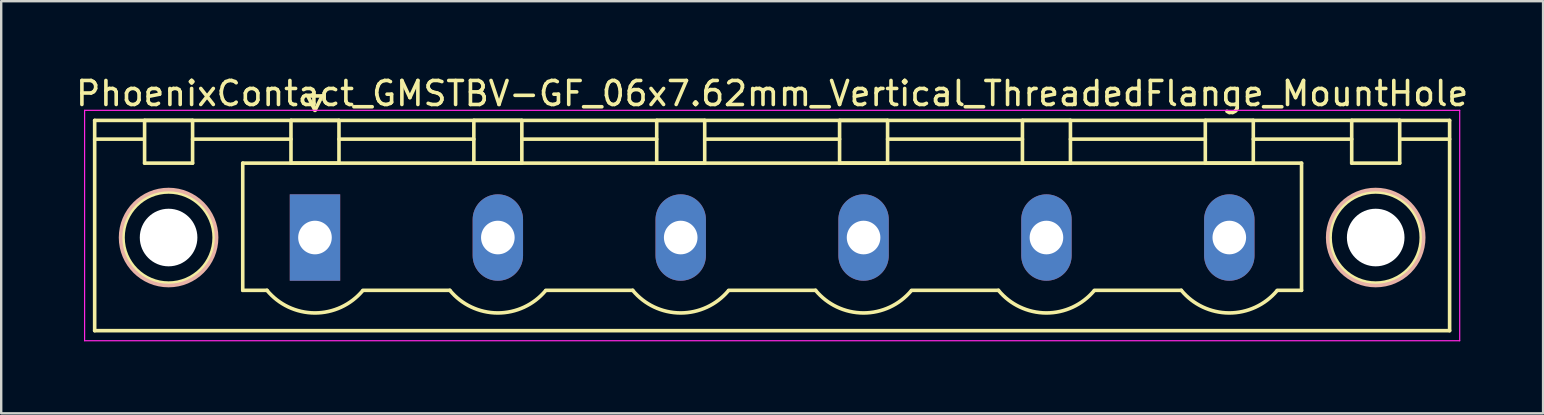
<source format=kicad_pcb>
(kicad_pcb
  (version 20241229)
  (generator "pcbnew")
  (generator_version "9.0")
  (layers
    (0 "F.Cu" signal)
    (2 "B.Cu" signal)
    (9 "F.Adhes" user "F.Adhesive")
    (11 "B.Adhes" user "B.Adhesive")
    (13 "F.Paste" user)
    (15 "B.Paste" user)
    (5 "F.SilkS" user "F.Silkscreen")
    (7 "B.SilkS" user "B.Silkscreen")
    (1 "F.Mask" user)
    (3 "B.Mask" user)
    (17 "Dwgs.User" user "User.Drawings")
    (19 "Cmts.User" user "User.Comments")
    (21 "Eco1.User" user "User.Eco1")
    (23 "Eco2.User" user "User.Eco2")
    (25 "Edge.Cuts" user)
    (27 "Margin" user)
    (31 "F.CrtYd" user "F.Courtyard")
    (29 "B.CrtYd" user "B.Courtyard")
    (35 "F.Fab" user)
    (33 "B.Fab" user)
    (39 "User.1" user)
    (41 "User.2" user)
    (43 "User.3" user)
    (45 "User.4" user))
  (footprint "PhoenixContact_GMSTBV-GF_06x7.62mm_Vertical_ThreadedFlange_MountHole"
    (layer "F.Cu")
    (at 10.075 6.848)
    (property "Reference" "PhoenixContact_GMSTBV-GF_06x7.62mm_Vertical_ThreadedFlange_MountHole" (at 19.05 -6 0) (layer "F.SilkS") (effects (font (size 1 1) (thickness 0.15))))
    (attr through_hole)
    (fp_line (start -9.18 -4.88) (end -9.18 3.88) (stroke (width 0.15) (type solid)) (layer "F.SilkS"))
    (fp_line (start -9.18 -4.1) (end -7.18 -4.1) (stroke (width 0.15) (type solid)) (layer "F.SilkS"))
    (fp_line (start -9.18 3.88) (end 47.28 3.88) (stroke (width 0.15) (type solid)) (layer "F.SilkS"))
    (fp_line (start -7.1 -4.88) (end -5.1 -4.88) (stroke (width 0.15) (type solid)) (layer "F.SilkS"))
    (fp_line (start -7.1 -3.1) (end -7.1 -4.88) (stroke (width 0.15) (type solid)) (layer "F.SilkS"))
    (fp_line (start -5.1 -4.88) (end -5.1 -3.1) (stroke (width 0.15) (type solid)) (layer "F.SilkS"))
    (fp_line (start -5.1 -4.1) (end -1 -4.1) (stroke (width 0.15) (type solid)) (layer "F.SilkS"))
    (fp_line (start -5.1 -3.1) (end -7.1 -3.1) (stroke (width 0.15) (type solid)) (layer "F.SilkS"))
    (fp_line (start -3.01 -3.1) (end 41.11 -3.1) (stroke (width 0.15) (type solid)) (layer "F.SilkS"))
    (fp_line (start -3.01 2.2) (end -3.01 -3.1) (stroke (width 0.15) (type solid)) (layer "F.SilkS"))
    (fp_line (start -2 2.2) (end -3.01 2.2) (stroke (width 0.15) (type solid)) (layer "F.SilkS"))
    (fp_line (start -1 -4.88) (end 1 -4.88) (stroke (width 0.15) (type solid)) (layer "F.SilkS"))
    (fp_line (start -1 -3.1) (end -1 -4.88) (stroke (width 0.15) (type solid)) (layer "F.SilkS"))
    (fp_line (start -0.3 -5.9) (end 0 -5.3) (stroke (width 0.15) (type solid)) (layer "F.SilkS"))
    (fp_line (start 0 -5.3) (end 0.3 -5.9) (stroke (width 0.15) (type solid)) (layer "F.SilkS"))
    (fp_line (start 0.3 -5.9) (end -0.3 -5.9) (stroke (width 0.15) (type solid)) (layer "F.SilkS"))
    (fp_line (start 1 -4.88) (end 1 -3.1) (stroke (width 0.15) (type solid)) (layer "F.SilkS"))
    (fp_line (start 1 -4.1) (end 6.62 -4.1) (stroke (width 0.15) (type solid)) (layer "F.SilkS"))
    (fp_line (start 1 -3.1) (end -1 -3.1) (stroke (width 0.15) (type solid)) (layer "F.SilkS"))
    (fp_line (start 2 2.2) (end 5.62 2.2) (stroke (width 0.15) (type solid)) (layer "F.SilkS"))
    (fp_line (start 6.62 -4.88) (end 8.62 -4.88) (stroke (width 0.15) (type solid)) (layer "F.SilkS"))
    (fp_line (start 6.62 -3.1) (end 6.62 -4.88) (stroke (width 0.15) (type solid)) (layer "F.SilkS"))
    (fp_line (start 8.62 -4.88) (end 8.62 -3.1) (stroke (width 0.15) (type solid)) (layer "F.SilkS"))
    (fp_line (start 8.62 -4.1) (end 14.24 -4.1) (stroke (width 0.15) (type solid)) (layer "F.SilkS"))
    (fp_line (start 8.62 -3.1) (end 6.62 -3.1) (stroke (width 0.15) (type solid)) (layer "F.SilkS"))
    (fp_line (start 9.62 2.2) (end 13.24 2.2) (stroke (width 0.15) (type solid)) (layer "F.SilkS"))
    (fp_line (start 14.24 -4.88) (end 16.24 -4.88) (stroke (width 0.15) (type solid)) (layer "F.SilkS"))
    (fp_line (start 14.24 -3.1) (end 14.24 -4.88) (stroke (width 0.15) (type solid)) (layer "F.SilkS"))
    (fp_line (start 16.24 -4.88) (end 16.24 -3.1) (stroke (width 0.15) (type solid)) (layer "F.SilkS"))
    (fp_line (start 16.24 -4.1) (end 21.86 -4.1) (stroke (width 0.15) (type solid)) (layer "F.SilkS"))
    (fp_line (start 16.24 -3.1) (end 14.24 -3.1) (stroke (width 0.15) (type solid)) (layer "F.SilkS"))
    (fp_line (start 17.24 2.2) (end 20.86 2.2) (stroke (width 0.15) (type solid)) (layer "F.SilkS"))
    (fp_line (start 21.86 -4.88) (end 23.86 -4.88) (stroke (width 0.15) (type solid)) (layer "F.SilkS"))
    (fp_line (start 21.86 -3.1) (end 21.86 -4.88) (stroke (width 0.15) (type solid)) (layer "F.SilkS"))
    (fp_line (start 23.86 -4.88) (end 23.86 -3.1) (stroke (width 0.15) (type solid)) (layer "F.SilkS"))
    (fp_line (start 23.86 -4.1) (end 29.48 -4.1) (stroke (width 0.15) (type solid)) (layer "F.SilkS"))
    (fp_line (start 23.86 -3.1) (end 21.86 -3.1) (stroke (width 0.15) (type solid)) (layer "F.SilkS"))
    (fp_line (start 24.86 2.2) (end 28.48 2.2) (stroke (width 0.15) (type solid)) (layer "F.SilkS"))
    (fp_line (start 29.48 -4.88) (end 31.48 -4.88) (stroke (width 0.15) (type solid)) (layer "F.SilkS"))
    (fp_line (start 29.48 -3.1) (end 29.48 -4.88) (stroke (width 0.15) (type solid)) (layer "F.SilkS"))
    (fp_line (start 31.48 -4.88) (end 31.48 -3.1) (stroke (width 0.15) (type solid)) (layer "F.SilkS"))
    (fp_line (start 31.48 -4.1) (end 37.1 -4.1) (stroke (width 0.15) (type solid)) (layer "F.SilkS"))
    (fp_line (start 31.48 -3.1) (end 29.48 -3.1) (stroke (width 0.15) (type solid)) (layer "F.SilkS"))
    (fp_line (start 32.48 2.2) (end 36.1 2.2) (stroke (width 0.15) (type solid)) (layer "F.SilkS"))
    (fp_line (start 37.1 -4.88) (end 39.1 -4.88) (stroke (width 0.15) (type solid)) (layer "F.SilkS"))
    (fp_line (start 37.1 -3.1) (end 37.1 -4.88) (stroke (width 0.15) (type solid)) (layer "F.SilkS"))
    (fp_line (start 39.1 -4.88) (end 39.1 -3.1) (stroke (width 0.15) (type solid)) (layer "F.SilkS"))
    (fp_line (start 39.1 -4.1) (end 43.2 -4.1) (stroke (width 0.15) (type solid)) (layer "F.SilkS"))
    (fp_line (start 39.1 -3.1) (end 37.1 -3.1) (stroke (width 0.15) (type solid)) (layer "F.SilkS"))
    (fp_line (start 41.11 -3.1) (end 41.11 2.2) (stroke (width 0.15) (type solid)) (layer "F.SilkS"))
    (fp_line (start 41.11 2.2) (end 40.1 2.2) (stroke (width 0.15) (type solid)) (layer "F.SilkS"))
    (fp_line (start 43.2 -4.88) (end 45.2 -4.88) (stroke (width 0.15) (type solid)) (layer "F.SilkS"))
    (fp_line (start 43.2 -3.1) (end 43.2 -4.88) (stroke (width 0.15) (type solid)) (layer "F.SilkS"))
    (fp_line (start 45.2 -4.88) (end 45.2 -3.1) (stroke (width 0.15) (type solid)) (layer "F.SilkS"))
    (fp_line (start 45.2 -3.1) (end 43.2 -3.1) (stroke (width 0.15) (type solid)) (layer "F.SilkS"))
    (fp_line (start 47.28 -4.88) (end -9.18 -4.88) (stroke (width 0.15) (type solid)) (layer "F.SilkS"))
    (fp_line (start 47.28 -4.1) (end 45.28 -4.1) (stroke (width 0.15) (type solid)) (layer "F.SilkS"))
    (fp_line (start 47.28 3.88) (end 47.28 -4.88) (stroke (width 0.15) (type solid)) (layer "F.SilkS"))
    (fp_arc (start 1.986842 2.215821) (mid -0.010289 3.142758) (end -2 2.2) (stroke (width 0.15) (type solid)) (layer "F.SilkS"))
    (fp_arc (start 9.606842 2.215821) (mid 7.609711 3.142758) (end 5.62 2.2) (stroke (width 0.15) (type solid)) (layer "F.SilkS"))
    (fp_arc (start 17.226842 2.215821) (mid 15.229711 3.142758) (end 13.24 2.2) (stroke (width 0.15) (type solid)) (layer "F.SilkS"))
    (fp_arc (start 24.846842 2.215821) (mid 22.849711 3.142758) (end 20.86 2.2) (stroke (width 0.15) (type solid)) (layer "F.SilkS"))
    (fp_arc (start 32.466842 2.215821) (mid 30.469711 3.142758) (end 28.48 2.2) (stroke (width 0.15) (type solid)) (layer "F.SilkS"))
    (fp_arc (start 40.086842 2.215821) (mid 38.089711 3.142758) (end 36.1 2.2) (stroke (width 0.15) (type solid)) (layer "F.SilkS"))
    (fp_circle (center -6.1 0) (end -4.2 0) (stroke (width 0.15) (type solid)) (fill no) (layer "F.SilkS"))
    (fp_circle (center 44.2 0) (end 46.1 0) (stroke (width 0.15) (type solid)) (fill no) (layer "F.SilkS"))
    (fp_circle (center -6.1 0) (end -4.1 0) (stroke (width 0.15) (type solid)) (fill no) (layer "B.SilkS"))
    (fp_circle (center 44.2 0) (end 46.2 0) (stroke (width 0.15) (type solid)) (fill no) (layer "B.SilkS"))
    (fp_line (start -9.6 -5.3) (end -9.6 4.3) (stroke (width 0.05) (type solid)) (layer "F.CrtYd"))
    (fp_line (start -9.6 4.3) (end 47.7 4.3) (stroke (width 0.05) (type solid)) (layer "F.CrtYd"))
    (fp_line (start 47.7 -5.3) (end -9.6 -5.3) (stroke (width 0.05) (type solid)) (layer "F.CrtYd"))
    (fp_line (start 47.7 4.3) (end 47.7 -5.3) (stroke (width 0.05) (type solid)) (layer "F.CrtYd"))
    (pad "" np_thru_hole circle (at -6.1 0) (size 2.4 2.4) (drill 2.4) (layers "*.Cu" "*.Mask"))
    (pad "" np_thru_hole circle (at 44.2 0) (size 2.4 2.4) (drill 2.4) (layers "*.Cu" "*.Mask"))
    (pad "1" thru_hole rect (at 0 0) (size 2.1 3.6) (drill 1.4) (layers "*.Cu" "*.Mask"))
    (pad "2" thru_hole oval (at 7.62 0) (size 2.1 3.6) (drill 1.4) (layers "*.Cu" "*.Mask"))
    (pad "3" thru_hole oval (at 15.24 0) (size 2.1 3.6) (drill 1.4) (layers "*.Cu" "*.Mask"))
    (pad "4" thru_hole oval (at 22.86 0) (size 2.1 3.6) (drill 1.4) (layers "*.Cu" "*.Mask"))
    (pad "5" thru_hole oval (at 30.48 0) (size 2.1 3.6) (drill 1.4) (layers "*.Cu" "*.Mask"))
    (pad "6" thru_hole oval (at 38.1 0) (size 2.1 3.6) (drill 1.4) (layers "*.Cu" "*.Mask")))
  (gr_rect
    (start -3 -3)
    (end 61.25 14.173)
    (stroke (width 0.1) (type default))
    (fill no)
    (layer "Edge.Cuts")))
</source>
